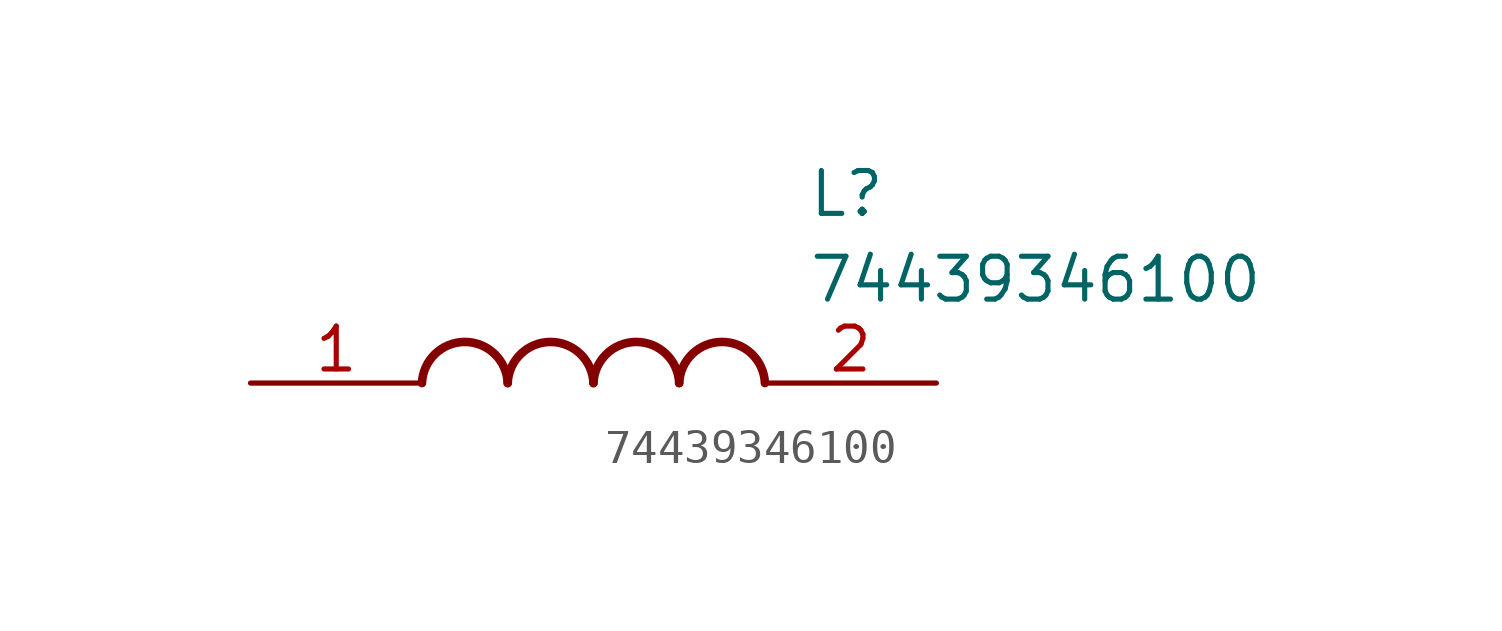
<source format=kicad_sym>
(kicad_symbol_lib
  (version 20211014)
  (generator SamacSys_ECAD_Model)
  (symbol "74439346100"
    (pin_names hide)
    (property "Reference" "L"
      (at 16.51 6.35 0)
      (effects (font (size 1.27 1.27)) (justify left top)))
    (property "Value" "74439346100"
      (at 16.51 3.81 0)
      (effects (font (size 1.27 1.27)) (justify left top)))
    (arc
      (start 7.62 0)
      (mid 6.35 1.219)
      (end 5.08 0)
      (stroke (width 0.254) (type default))
      (fill (type none)))
    (arc
      (start 10.16 0)
      (mid 8.89 1.219)
      (end 7.62 0)
      (stroke (width 0.254) (type default))
      (fill (type none)))
    (arc
      (start 12.7 0)
      (mid 11.43 1.219)
      (end 10.16 0)
      (stroke (width 0.254) (type default))
      (fill (type none)))
    (arc
      (start 15.24 0)
      (mid 13.97 1.219)
      (end 12.7 0)
      (stroke (width 0.254) (type default))
      (fill (type none)))
    (pin passive line
      (at 0 0 0)
      (length 5.08)
      (name "1" (effects (font (size 1.27 1.27))))
      (number "1" (effects (font (size 1.27 1.27)))))
    (pin passive line
      (at 20.32 0 180)
      (length 5.08)
      (name "2" (effects (font (size 1.27 1.27))))
      (number "2" (effects (font (size 1.27 1.27)))))))
</source>
